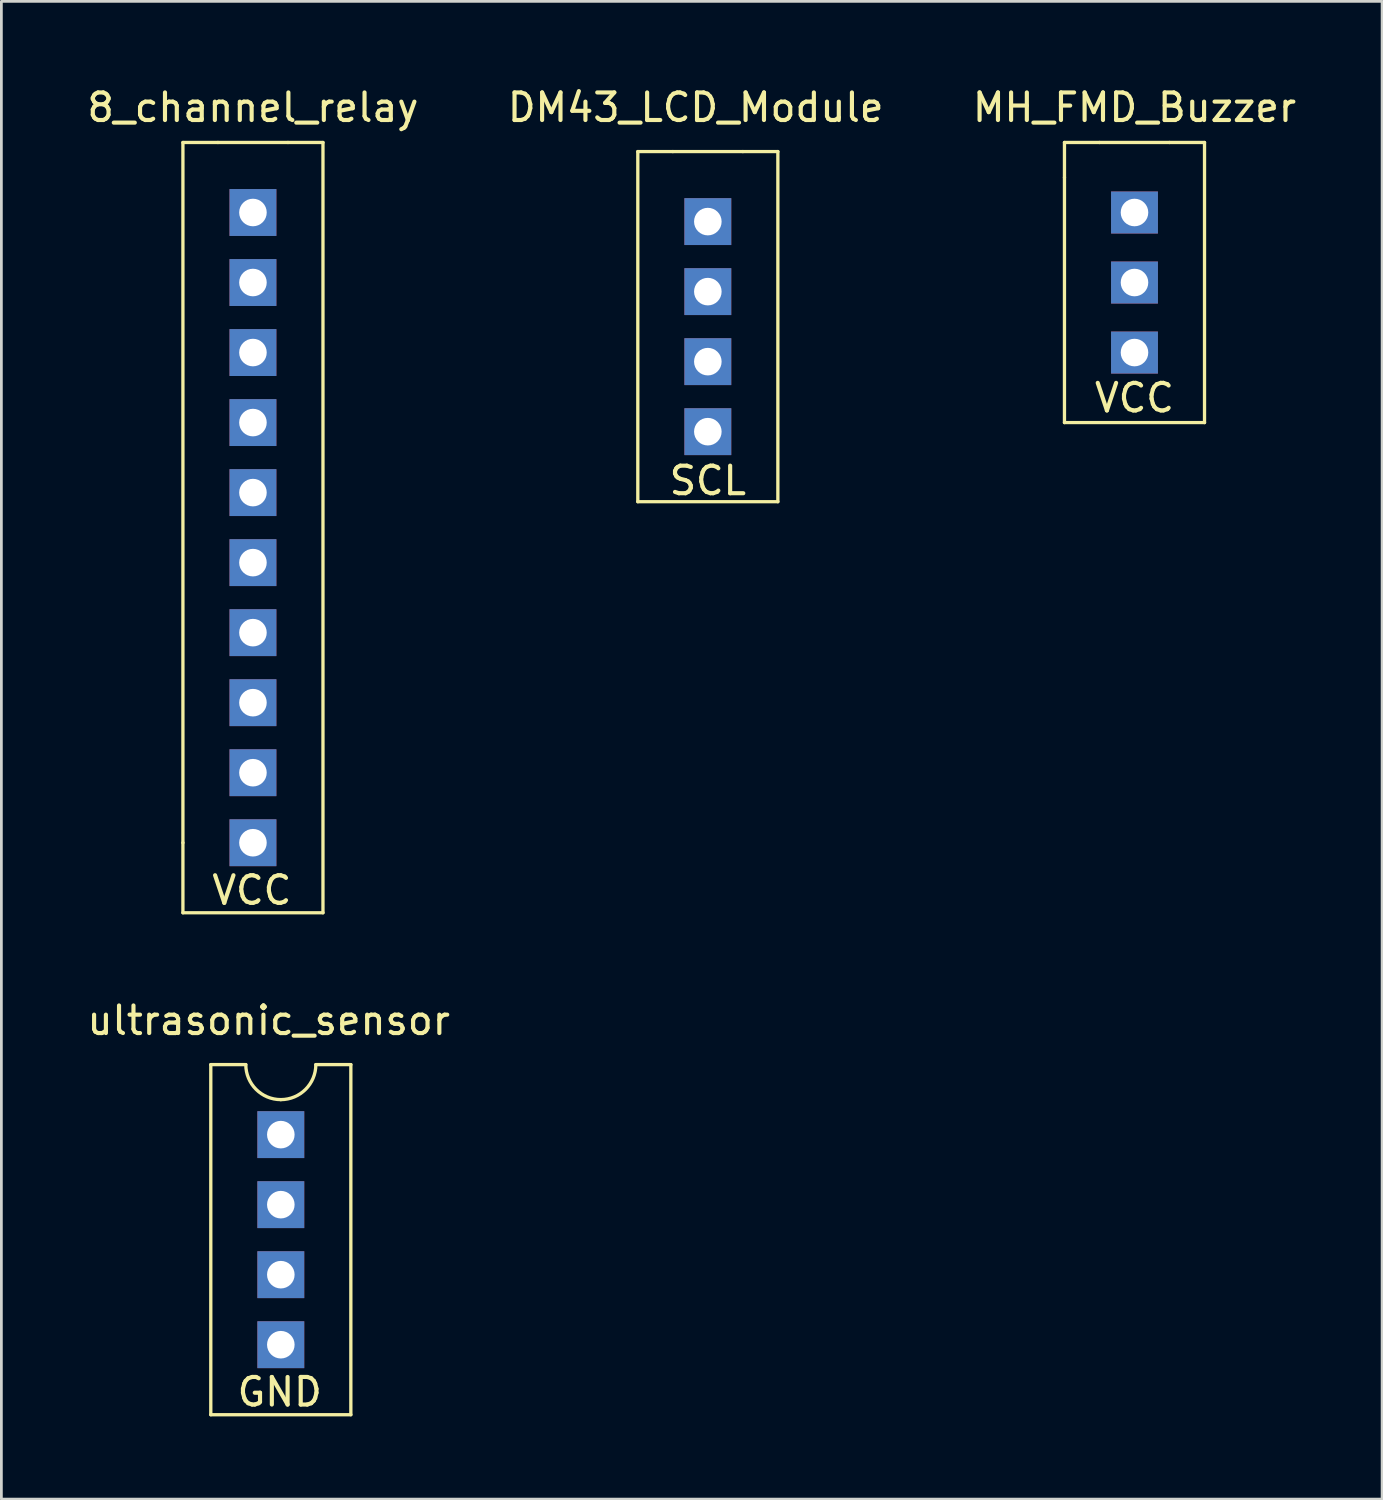
<source format=kicad_pcb>
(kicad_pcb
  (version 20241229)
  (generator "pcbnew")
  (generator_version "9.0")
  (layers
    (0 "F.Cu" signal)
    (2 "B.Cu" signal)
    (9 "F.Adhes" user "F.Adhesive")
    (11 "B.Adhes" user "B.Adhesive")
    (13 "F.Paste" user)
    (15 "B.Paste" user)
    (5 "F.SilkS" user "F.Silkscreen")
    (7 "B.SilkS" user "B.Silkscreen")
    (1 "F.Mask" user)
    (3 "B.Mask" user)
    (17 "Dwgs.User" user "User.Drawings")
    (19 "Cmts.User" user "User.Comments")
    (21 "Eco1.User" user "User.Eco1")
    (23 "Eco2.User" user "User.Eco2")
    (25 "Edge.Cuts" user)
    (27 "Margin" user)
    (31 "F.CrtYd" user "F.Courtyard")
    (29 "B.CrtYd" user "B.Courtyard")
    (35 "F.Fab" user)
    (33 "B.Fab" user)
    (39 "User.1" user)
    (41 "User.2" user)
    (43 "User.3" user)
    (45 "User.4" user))
  (footprint "MH_FMD_Buzzer"
    (layer "F.Cu")
    (at 35.561 2.118)
    (property "Reference" "MH_FMD_Buzzer" (at 2.54 -1.27 0) (unlocked yes) (layer "F.SilkS") (effects (font (size 1 1) (thickness 0.15))))
    (attr through_hole)
    (fp_line (start 0 0) (end 1.27 0) (stroke (width 0.12) (type solid)) (layer "F.SilkS"))
    (fp_line (start 0 1.27) (end 0 0) (stroke (width 0.12) (type solid)) (layer "F.SilkS"))
    (fp_line (start 0 1.27) (end 0 10.16) (stroke (width 0.12) (type solid)) (layer "F.SilkS"))
    (fp_line (start 0 10.16) (end 5.08 10.16) (stroke (width 0.12) (type solid)) (layer "F.SilkS"))
    (fp_line (start 1.27 0) (end 3.81 0) (stroke (width 0.12) (type solid)) (layer "F.SilkS"))
    (fp_line (start 5.08 0) (end 3.81 0) (stroke (width 0.12) (type solid)) (layer "F.SilkS"))
    (fp_line (start 5.08 10.16) (end 5.08 0) (stroke (width 0.12) (type solid)) (layer "F.SilkS"))
    (fp_text user "VCC" (at 2.54 9.265 0) (unlocked yes) (layer "F.SilkS") (effects (font (size 1 1) (thickness 0.15))))
    (pad "1" thru_hole rect (at 2.54 2.54) (size 1.7 1.524) (drill 1) (layers "*.Cu" "*.Mask"))
    (pad "2" thru_hole rect (at 2.54 5.08) (size 1.7 1.524) (drill 1) (layers "*.Cu" "*.Mask"))
    (pad "3" thru_hole rect (at 2.54 7.62) (size 1.7 1.524) (drill 1) (layers "*.Cu" "*.Mask")))
  (footprint "ultrasonic_sensor"
    (layer "F.Cu")
    (at 4.596 35.566)
    (property "Reference" "ultrasonic_sensor" (at 2.1 -1.6 0) (unlocked yes) (layer "F.SilkS") (effects (font (size 1 1) (thickness 0.15))))
    (attr smd)
    (fp_line (start 0 0) (end 0 12.7) (stroke (width 0.12) (type solid)) (layer "F.SilkS"))
    (fp_line (start 0 12.7) (end 5.08 12.7) (stroke (width 0.12) (type solid)) (layer "F.SilkS"))
    (fp_line (start 1.27 0) (end 0 0) (stroke (width 0.12) (type solid)) (layer "F.SilkS"))
    (fp_line (start 5.08 0) (end 3.81 0) (stroke (width 0.12) (type solid)) (layer "F.SilkS"))
    (fp_line (start 5.08 12.7) (end 5.08 0) (stroke (width 0.12) (type solid)) (layer "F.SilkS"))
    (fp_arc (start 2.54 1.27) (mid 1.641974 0.898026) (end 1.27 0) (stroke (width 0.12) (type solid)) (layer "F.SilkS"))
    (fp_arc (start 3.81 0) (mid 3.438026 0.898026) (end 2.54 1.27) (stroke (width 0.12) (type solid)) (layer "F.SilkS"))
    (fp_text user "GND" (at 2.5 11.875 0) (unlocked yes) (layer "F.SilkS") (effects (font (size 1 1) (thickness 0.15))))
    (pad "1" thru_hole rect (at 2.54 2.54) (size 1.7 1.7) (drill 1) (layers "*.Cu" "*.Mask"))
    (pad "2" thru_hole rect (at 2.54 5.08) (size 1.7 1.7) (drill 1) (layers "*.Cu" "*.Mask"))
    (pad "3" thru_hole rect (at 2.54 7.62) (size 1.7 1.7) (drill 1) (layers "*.Cu" "*.Mask"))
    (pad "4" thru_hole rect (at 2.54 10.16) (size 1.7 1.7) (drill 1) (layers "*.Cu" "*.Mask")))
  (footprint "8_channel_relay"
    (layer "F.Cu")
    (at 3.585 2.118)
    (property "Reference" "8_channel_relay" (at 2.54 -1.27 0) (unlocked yes) (layer "F.SilkS") (effects (font (size 1 1) (thickness 0.15))))
    (attr smd)
    (fp_line (start 0 0) (end 0 25.4) (stroke (width 0.12) (type solid)) (layer "F.SilkS"))
    (fp_line (start 0 0) (end 1.27 0) (stroke (width 0.12) (type solid)) (layer "F.SilkS"))
    (fp_line (start 0 27.94) (end 0 25.4) (stroke (width 0.12) (type solid)) (layer "F.SilkS"))
    (fp_line (start 1.27 0) (end 3.81 0) (stroke (width 0.12) (type solid)) (layer "F.SilkS"))
    (fp_line (start 5.08 0) (end 3.81 0) (stroke (width 0.12) (type solid)) (layer "F.SilkS"))
    (fp_line (start 5.08 0) (end 5.08 27.94) (stroke (width 0.12) (type solid)) (layer "F.SilkS"))
    (fp_line (start 5.08 27.94) (end 0 27.94) (stroke (width 0.12) (type solid)) (layer "F.SilkS"))
    (fp_text user "VCC" (at 2.5 27.125 0) (unlocked yes) (layer "F.SilkS") (effects (font (size 1 1) (thickness 0.15))))
    (pad "1" thru_hole rect (at 2.54 2.54) (size 1.7 1.7) (drill 1) (layers "*.Cu" "*.Mask"))
    (pad "2" thru_hole rect (at 2.54 5.08) (size 1.7 1.7) (drill 1) (layers "*.Cu" "*.Mask"))
    (pad "3" thru_hole rect (at 2.54 7.62) (size 1.7 1.7) (drill 1) (layers "*.Cu" "*.Mask"))
    (pad "4" thru_hole rect (at 2.54 10.16) (size 1.7 1.7) (drill 1) (layers "*.Cu" "*.Mask"))
    (pad "5" thru_hole rect (at 2.54 12.7) (size 1.7 1.7) (drill 1) (layers "*.Cu" "*.Mask"))
    (pad "6" thru_hole rect (at 2.54 15.24) (size 1.7 1.7) (drill 1) (layers "*.Cu" "*.Mask"))
    (pad "7" thru_hole rect (at 2.54 17.78) (size 1.7 1.7) (drill 1) (layers "*.Cu" "*.Mask"))
    (pad "8" thru_hole rect (at 2.54 20.32) (size 1.7 1.7) (drill 1) (layers "*.Cu" "*.Mask"))
    (pad "9" thru_hole rect (at 2.54 22.86) (size 1.7 1.7) (drill 1) (layers "*.Cu" "*.Mask"))
    (pad "10" thru_hole rect (at 2.54 25.4) (size 1.7 1.7) (drill 1) (layers "*.Cu" "*.Mask")))
  (footprint "DM43_LCD_Module"
    (layer "F.Cu")
    (at 20.085 2.448)
    (property "Reference" "DM43_LCD_Module" (at 2.1 -1.6 0) (unlocked yes) (layer "F.SilkS") (effects (font (size 1 1) (thickness 0.15))))
    (attr smd)
    (fp_line (start 0 0) (end 0 12.7) (stroke (width 0.12) (type solid)) (layer "F.SilkS"))
    (fp_line (start 0 12.7) (end 5.08 12.7) (stroke (width 0.12) (type solid)) (layer "F.SilkS"))
    (fp_line (start 1.27 0) (end 0 0) (stroke (width 0.12) (type solid)) (layer "F.SilkS"))
    (fp_line (start 1.27 0) (end 3.81 0) (stroke (width 0.12) (type solid)) (layer "F.SilkS"))
    (fp_line (start 5.08 0) (end 3.81 0) (stroke (width 0.12) (type solid)) (layer "F.SilkS"))
    (fp_line (start 5.08 12.7) (end 5.08 0) (stroke (width 0.12) (type solid)) (layer "F.SilkS"))
    (fp_text user "SCL" (at 2.54 11.938 0) (unlocked yes) (layer "F.SilkS") (effects (font (size 1 1) (thickness 0.15))))
    (pad "1" thru_hole rect (at 2.54 2.54) (size 1.7 1.7) (drill 1) (layers "*.Cu" "*.Mask"))
    (pad "2" thru_hole rect (at 2.54 5.08) (size 1.7 1.7) (drill 1) (layers "*.Cu" "*.Mask"))
    (pad "3" thru_hole rect (at 2.54 7.62) (size 1.7 1.7) (drill 1) (layers "*.Cu" "*.Mask"))
    (pad "4" thru_hole rect (at 2.54 10.16) (size 1.7 1.7) (drill 1) (layers "*.Cu" "*.Mask")))
  (gr_rect
    (start -3 -3)
    (end 47.083 51.327)
    (stroke (width 0.1) (type default))
    (fill no)
    (layer "Edge.Cuts")))
</source>
